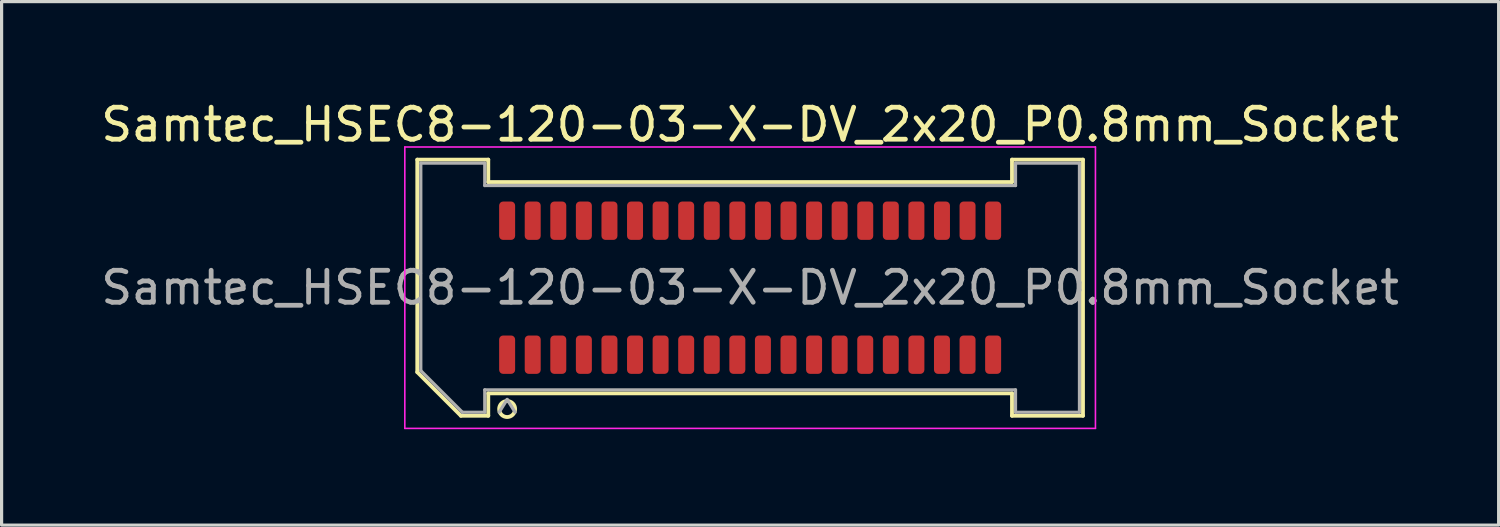
<source format=kicad_pcb>
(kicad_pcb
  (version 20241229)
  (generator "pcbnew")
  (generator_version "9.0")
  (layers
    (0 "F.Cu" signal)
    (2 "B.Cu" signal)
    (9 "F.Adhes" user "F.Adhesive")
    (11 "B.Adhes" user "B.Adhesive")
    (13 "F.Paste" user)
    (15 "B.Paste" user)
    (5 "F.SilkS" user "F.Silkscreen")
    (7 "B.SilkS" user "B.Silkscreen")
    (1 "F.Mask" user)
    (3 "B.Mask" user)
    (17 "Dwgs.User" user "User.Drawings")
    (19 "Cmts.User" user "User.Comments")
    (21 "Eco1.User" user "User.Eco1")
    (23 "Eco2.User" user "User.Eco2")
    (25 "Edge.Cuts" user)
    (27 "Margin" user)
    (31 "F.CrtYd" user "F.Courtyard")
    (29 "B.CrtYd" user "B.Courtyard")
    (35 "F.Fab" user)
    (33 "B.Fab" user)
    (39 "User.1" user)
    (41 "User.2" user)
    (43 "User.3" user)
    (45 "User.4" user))
  (footprint "Samtec_HSEC8-120-03-X-DV_2x20_P0.8mm_Socket"
    (layer "F.Cu")
    (at 20.411 5.948)
    (property "Reference" "Samtec_HSEC8-120-03-X-DV_2x20_P0.8mm_Socket" (at 0 -5.1 0) (layer "F.SilkS") (effects (font (size 1 1) (thickness 0.15))))
    (attr smd)
    (fp_line (start -10.41 -4.005) (end -8.19 -4.005) (stroke (width 0.12) (type solid)) (layer "F.SilkS"))
    (fp_line (start -10.41 2.641) (end -10.41 -4.005) (stroke (width 0.12) (type solid)) (layer "F.SilkS"))
    (fp_line (start -9.046 4.005) (end -10.41 2.641) (stroke (width 0.12) (type solid)) (layer "F.SilkS"))
    (fp_line (start -8.19 -4.005) (end -8.19 -3.305) (stroke (width 0.12) (type solid)) (layer "F.SilkS"))
    (fp_line (start -8.19 -3.305) (end 8.19 -3.305) (stroke (width 0.12) (type solid)) (layer "F.SilkS"))
    (fp_line (start -8.19 3.305) (end -8.19 4.005) (stroke (width 0.12) (type solid)) (layer "F.SilkS"))
    (fp_line (start -8.19 4.005) (end -9.046 4.005) (stroke (width 0.12) (type solid)) (layer "F.SilkS"))
    (fp_line (start 8.19 -4.005) (end 10.41 -4.005) (stroke (width 0.12) (type solid)) (layer "F.SilkS"))
    (fp_line (start 8.19 -3.305) (end 8.19 -4.005) (stroke (width 0.12) (type solid)) (layer "F.SilkS"))
    (fp_line (start 8.19 3.305) (end -8.19 3.305) (stroke (width 0.12) (type solid)) (layer "F.SilkS"))
    (fp_line (start 8.19 4.005) (end 8.19 3.305) (stroke (width 0.12) (type solid)) (layer "F.SilkS"))
    (fp_line (start 10.41 -4.005) (end 10.41 4.005) (stroke (width 0.12) (type solid)) (layer "F.SilkS"))
    (fp_line (start 10.41 4.005) (end 8.19 4.005) (stroke (width 0.12) (type solid)) (layer "F.SilkS"))
    (fp_arc (start -7.35 3.795) (mid -7.85 3.795) (end -7.35 3.795) (stroke (width 0.12) (type solid)) (layer "F.SilkS"))
    (fp_line (start -10.8 -4.4) (end -10.8 4.4) (stroke (width 0.05) (type solid)) (layer "F.CrtYd"))
    (fp_line (start -10.8 4.4) (end 10.8 4.4) (stroke (width 0.05) (type solid)) (layer "F.CrtYd"))
    (fp_line (start 10.8 -4.4) (end -10.8 -4.4) (stroke (width 0.05) (type solid)) (layer "F.CrtYd"))
    (fp_line (start 10.8 4.4) (end 10.8 -4.4) (stroke (width 0.05) (type solid)) (layer "F.CrtYd"))
    (fp_line (start -10.3 -3.895) (end -8.3 -3.895) (stroke (width 0.1) (type solid)) (layer "F.Fab"))
    (fp_line (start -10.3 2.595) (end -10.3 -3.895) (stroke (width 0.1) (type solid)) (layer "F.Fab"))
    (fp_line (start -9 3.895) (end -10.3 2.595) (stroke (width 0.1) (type solid)) (layer "F.Fab"))
    (fp_line (start -8.3 -3.895) (end -8.3 -3.195) (stroke (width 0.1) (type solid)) (layer "F.Fab"))
    (fp_line (start -8.3 -3.195) (end 8.3 -3.195) (stroke (width 0.1) (type solid)) (layer "F.Fab"))
    (fp_line (start -8.3 3.195) (end -8.3 3.895) (stroke (width 0.1) (type solid)) (layer "F.Fab"))
    (fp_line (start -8.3 3.895) (end -9 3.895) (stroke (width 0.1) (type solid)) (layer "F.Fab"))
    (fp_line (start -7.6 3.495) (end -7.85 3.895) (stroke (width 0.1) (type solid)) (layer "F.Fab"))
    (fp_line (start -7.6 3.495) (end -7.35 3.895) (stroke (width 0.1) (type solid)) (layer "F.Fab"))
    (fp_line (start 8.3 -3.895) (end 10.3 -3.895) (stroke (width 0.1) (type solid)) (layer "F.Fab"))
    (fp_line (start 8.3 -3.195) (end 8.3 -3.895) (stroke (width 0.1) (type solid)) (layer "F.Fab"))
    (fp_line (start 8.3 3.195) (end -8.3 3.195) (stroke (width 0.1) (type solid)) (layer "F.Fab"))
    (fp_line (start 8.3 3.895) (end 8.3 3.195) (stroke (width 0.1) (type solid)) (layer "F.Fab"))
    (fp_line (start 10.3 -3.895) (end 10.3 3.895) (stroke (width 0.1) (type solid)) (layer "F.Fab"))
    (fp_line (start 10.3 3.895) (end 8.3 3.895) (stroke (width 0.1) (type solid)) (layer "F.Fab"))
    (fp_text user "${REFERENCE}" (at 0 0 0) (layer "F.Fab") (effects (font (size 1 1) (thickness 0.15))))
    (pad "1" smd roundrect (at -7.6 2.095) (size 0.5 1.2) (layers "F.Cu" "F.Mask" "F.Paste") (roundrect_rratio 0.25))
    (pad "2" smd roundrect (at -7.6 -2.095) (size 0.5 1.2) (layers "F.Cu" "F.Mask" "F.Paste") (roundrect_rratio 0.25))
    (pad "3" smd roundrect (at -6.8 2.095) (size 0.5 1.2) (layers "F.Cu" "F.Mask" "F.Paste") (roundrect_rratio 0.25))
    (pad "4" smd roundrect (at -6.8 -2.095) (size 0.5 1.2) (layers "F.Cu" "F.Mask" "F.Paste") (roundrect_rratio 0.25))
    (pad "5" smd roundrect (at -6 2.095) (size 0.5 1.2) (layers "F.Cu" "F.Mask" "F.Paste") (roundrect_rratio 0.25))
    (pad "6" smd roundrect (at -6 -2.095) (size 0.5 1.2) (layers "F.Cu" "F.Mask" "F.Paste") (roundrect_rratio 0.25))
    (pad "7" smd roundrect (at -5.2 2.095) (size 0.5 1.2) (layers "F.Cu" "F.Mask" "F.Paste") (roundrect_rratio 0.25))
    (pad "8" smd roundrect (at -5.2 -2.095) (size 0.5 1.2) (layers "F.Cu" "F.Mask" "F.Paste") (roundrect_rratio 0.25))
    (pad "9" smd roundrect (at -4.4 2.095) (size 0.5 1.2) (layers "F.Cu" "F.Mask" "F.Paste") (roundrect_rratio 0.25))
    (pad "10" smd roundrect (at -4.4 -2.095) (size 0.5 1.2) (layers "F.Cu" "F.Mask" "F.Paste") (roundrect_rratio 0.25))
    (pad "11" smd roundrect (at -3.6 2.095) (size 0.5 1.2) (layers "F.Cu" "F.Mask" "F.Paste") (roundrect_rratio 0.25))
    (pad "12" smd roundrect (at -3.6 -2.095) (size 0.5 1.2) (layers "F.Cu" "F.Mask" "F.Paste") (roundrect_rratio 0.25))
    (pad "13" smd roundrect (at -2.8 2.095) (size 0.5 1.2) (layers "F.Cu" "F.Mask" "F.Paste") (roundrect_rratio 0.25))
    (pad "14" smd roundrect (at -2.8 -2.095) (size 0.5 1.2) (layers "F.Cu" "F.Mask" "F.Paste") (roundrect_rratio 0.25))
    (pad "15" smd roundrect (at -2 2.095) (size 0.5 1.2) (layers "F.Cu" "F.Mask" "F.Paste") (roundrect_rratio 0.25))
    (pad "16" smd roundrect (at -2 -2.095) (size 0.5 1.2) (layers "F.Cu" "F.Mask" "F.Paste") (roundrect_rratio 0.25))
    (pad "17" smd roundrect (at -1.2 2.095) (size 0.5 1.2) (layers "F.Cu" "F.Mask" "F.Paste") (roundrect_rratio 0.25))
    (pad "18" smd roundrect (at -1.2 -2.095) (size 0.5 1.2) (layers "F.Cu" "F.Mask" "F.Paste") (roundrect_rratio 0.25))
    (pad "19" smd roundrect (at -0.4 2.095) (size 0.5 1.2) (layers "F.Cu" "F.Mask" "F.Paste") (roundrect_rratio 0.25))
    (pad "20" smd roundrect (at -0.4 -2.095) (size 0.5 1.2) (layers "F.Cu" "F.Mask" "F.Paste") (roundrect_rratio 0.25))
    (pad "21" smd roundrect (at 0.4 2.095) (size 0.5 1.2) (layers "F.Cu" "F.Mask" "F.Paste") (roundrect_rratio 0.25))
    (pad "22" smd roundrect (at 0.4 -2.095) (size 0.5 1.2) (layers "F.Cu" "F.Mask" "F.Paste") (roundrect_rratio 0.25))
    (pad "23" smd roundrect (at 1.2 2.095) (size 0.5 1.2) (layers "F.Cu" "F.Mask" "F.Paste") (roundrect_rratio 0.25))
    (pad "24" smd roundrect (at 1.2 -2.095) (size 0.5 1.2) (layers "F.Cu" "F.Mask" "F.Paste") (roundrect_rratio 0.25))
    (pad "25" smd roundrect (at 2 2.095) (size 0.5 1.2) (layers "F.Cu" "F.Mask" "F.Paste") (roundrect_rratio 0.25))
    (pad "26" smd roundrect (at 2 -2.095) (size 0.5 1.2) (layers "F.Cu" "F.Mask" "F.Paste") (roundrect_rratio 0.25))
    (pad "27" smd roundrect (at 2.8 2.095) (size 0.5 1.2) (layers "F.Cu" "F.Mask" "F.Paste") (roundrect_rratio 0.25))
    (pad "28" smd roundrect (at 2.8 -2.095) (size 0.5 1.2) (layers "F.Cu" "F.Mask" "F.Paste") (roundrect_rratio 0.25))
    (pad "29" smd roundrect (at 3.6 2.095) (size 0.5 1.2) (layers "F.Cu" "F.Mask" "F.Paste") (roundrect_rratio 0.25))
    (pad "30" smd roundrect (at 3.6 -2.095) (size 0.5 1.2) (layers "F.Cu" "F.Mask" "F.Paste") (roundrect_rratio 0.25))
    (pad "31" smd roundrect (at 4.4 2.095) (size 0.5 1.2) (layers "F.Cu" "F.Mask" "F.Paste") (roundrect_rratio 0.25))
    (pad "32" smd roundrect (at 4.4 -2.095) (size 0.5 1.2) (layers "F.Cu" "F.Mask" "F.Paste") (roundrect_rratio 0.25))
    (pad "33" smd roundrect (at 5.2 2.095) (size 0.5 1.2) (layers "F.Cu" "F.Mask" "F.Paste") (roundrect_rratio 0.25))
    (pad "34" smd roundrect (at 5.2 -2.095) (size 0.5 1.2) (layers "F.Cu" "F.Mask" "F.Paste") (roundrect_rratio 0.25))
    (pad "35" smd roundrect (at 6 2.095) (size 0.5 1.2) (layers "F.Cu" "F.Mask" "F.Paste") (roundrect_rratio 0.25))
    (pad "36" smd roundrect (at 6 -2.095) (size 0.5 1.2) (layers "F.Cu" "F.Mask" "F.Paste") (roundrect_rratio 0.25))
    (pad "37" smd roundrect (at 6.8 2.095) (size 0.5 1.2) (layers "F.Cu" "F.Mask" "F.Paste") (roundrect_rratio 0.25))
    (pad "38" smd roundrect (at 6.8 -2.095) (size 0.5 1.2) (layers "F.Cu" "F.Mask" "F.Paste") (roundrect_rratio 0.25))
    (pad "39" smd roundrect (at 7.6 2.095) (size 0.5 1.2) (layers "F.Cu" "F.Mask" "F.Paste") (roundrect_rratio 0.25))
    (pad "40" smd roundrect (at 7.6 -2.095) (size 0.5 1.2) (layers "F.Cu" "F.Mask" "F.Paste") (roundrect_rratio 0.25)))
  (gr_rect
    (start -3 -3)
    (end 43.821 13.373)
    (stroke (width 0.1) (type default))
    (fill no)
    (layer "Edge.Cuts")))
</source>
